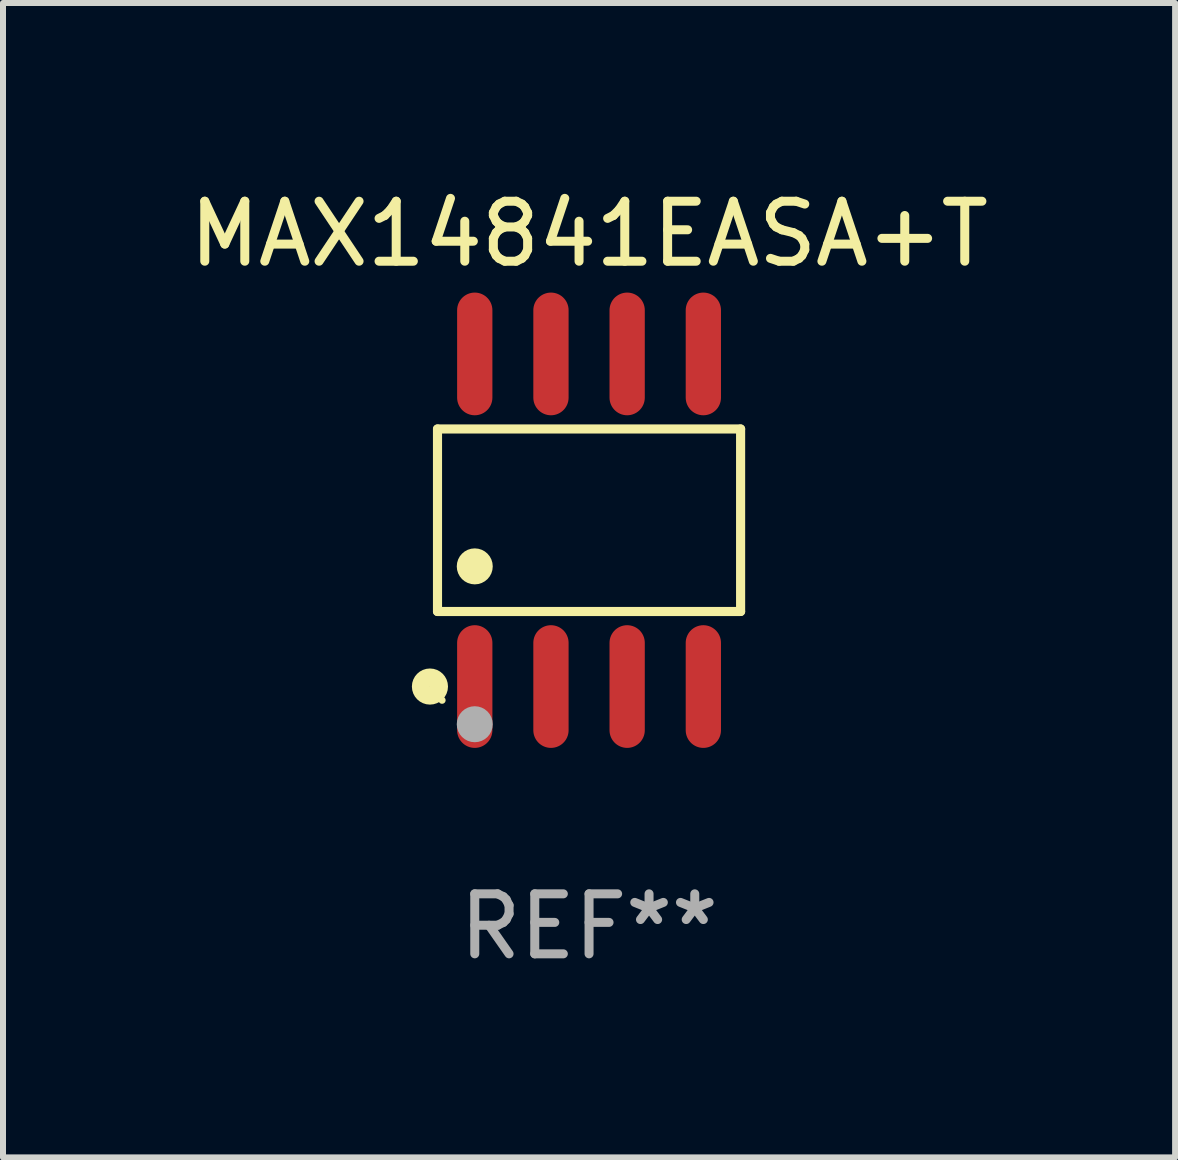
<source format=kicad_pcb>
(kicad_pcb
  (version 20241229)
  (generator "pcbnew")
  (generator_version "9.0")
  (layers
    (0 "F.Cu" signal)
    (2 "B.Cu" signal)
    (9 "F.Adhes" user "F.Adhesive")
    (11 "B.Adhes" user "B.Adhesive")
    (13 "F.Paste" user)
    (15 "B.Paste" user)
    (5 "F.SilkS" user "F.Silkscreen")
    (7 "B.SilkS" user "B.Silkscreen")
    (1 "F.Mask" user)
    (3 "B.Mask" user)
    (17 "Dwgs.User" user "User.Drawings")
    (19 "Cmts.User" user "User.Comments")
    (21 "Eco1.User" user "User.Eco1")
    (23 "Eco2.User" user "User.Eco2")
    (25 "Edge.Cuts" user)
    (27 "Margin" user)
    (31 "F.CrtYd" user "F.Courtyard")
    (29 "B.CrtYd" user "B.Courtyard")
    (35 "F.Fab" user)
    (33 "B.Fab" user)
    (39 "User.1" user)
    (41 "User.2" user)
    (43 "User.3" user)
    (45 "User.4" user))
  (footprint "MAX14841EASA+T"
    (layer "F.Cu")
    (at 6.768 5.621)
    (property "Reference" "MAX14841EASA+T" (at 0 -4.772 0) (layer "F.SilkS") (effects (font (size 1 1) (thickness 0.15))))
    (attr through_hole)
    (fp_line (start -2.526 -1.521) (end 2.526 -1.521) (stroke (width 0.152) (type solid)) (layer "F.SilkS"))
    (fp_line (start -2.526 1.521) (end -2.526 -1.521) (stroke (width 0.152) (type solid)) (layer "F.SilkS"))
    (fp_line (start 2.526 -1.521) (end 2.526 1.521) (stroke (width 0.152) (type solid)) (layer "F.SilkS"))
    (fp_line (start 2.526 1.521) (end -2.526 1.521) (stroke (width 0.152) (type solid)) (layer "F.SilkS"))
    (fp_circle (center -2.652 2.772) (end -2.501 2.772) (stroke (width 0.3) (type solid)) (fill no) (layer "F.SilkS"))
    (fp_circle (center -2.45 3) (end -2.42 3) (stroke (width 0.06) (type solid)) (fill no) (layer "F.SilkS"))
    (fp_circle (center -1.905 0.769) (end -1.755 0.769) (stroke (width 0.3) (type solid)) (fill no) (layer "F.SilkS"))
    (fp_circle (center -1.905 3.4) (end -1.755 3.4) (stroke (width 0.3) (type solid)) (fill no) (layer "F.Fab"))
    (fp_text user "REF**" (at 0 6.772 0) (layer "F.Fab") (effects (font (size 1 1) (thickness 0.15))))
    (pad "1" smd oval (at -1.905 2.772) (size 0.588 2.045) (layers "F.Cu" "F.Mask" "F.Paste"))
    (pad "2" smd oval (at -0.635 2.772) (size 0.588 2.045) (layers "F.Cu" "F.Mask" "F.Paste"))
    (pad "3" smd oval (at 0.635 2.772) (size 0.588 2.045) (layers "F.Cu" "F.Mask" "F.Paste"))
    (pad "4" smd oval (at 1.905 2.772) (size 0.588 2.045) (layers "F.Cu" "F.Mask" "F.Paste"))
    (pad "5" smd oval (at 1.905 -2.772) (size 0.588 2.045) (layers "F.Cu" "F.Mask" "F.Paste"))
    (pad "6" smd oval (at 0.635 -2.772) (size 0.588 2.045) (layers "F.Cu" "F.Mask" "F.Paste"))
    (pad "7" smd oval (at -0.635 -2.772) (size 0.588 2.045) (layers "F.Cu" "F.Mask" "F.Paste"))
    (pad "8" smd oval (at -1.905 -2.772) (size 0.588 2.045) (layers "F.Cu" "F.Mask" "F.Paste")))
  (gr_rect
    (start -3 -3)
    (end 16.536 16.241)
    (stroke (width 0.1) (type default))
    (fill no)
    (layer "Edge.Cuts")))
</source>
